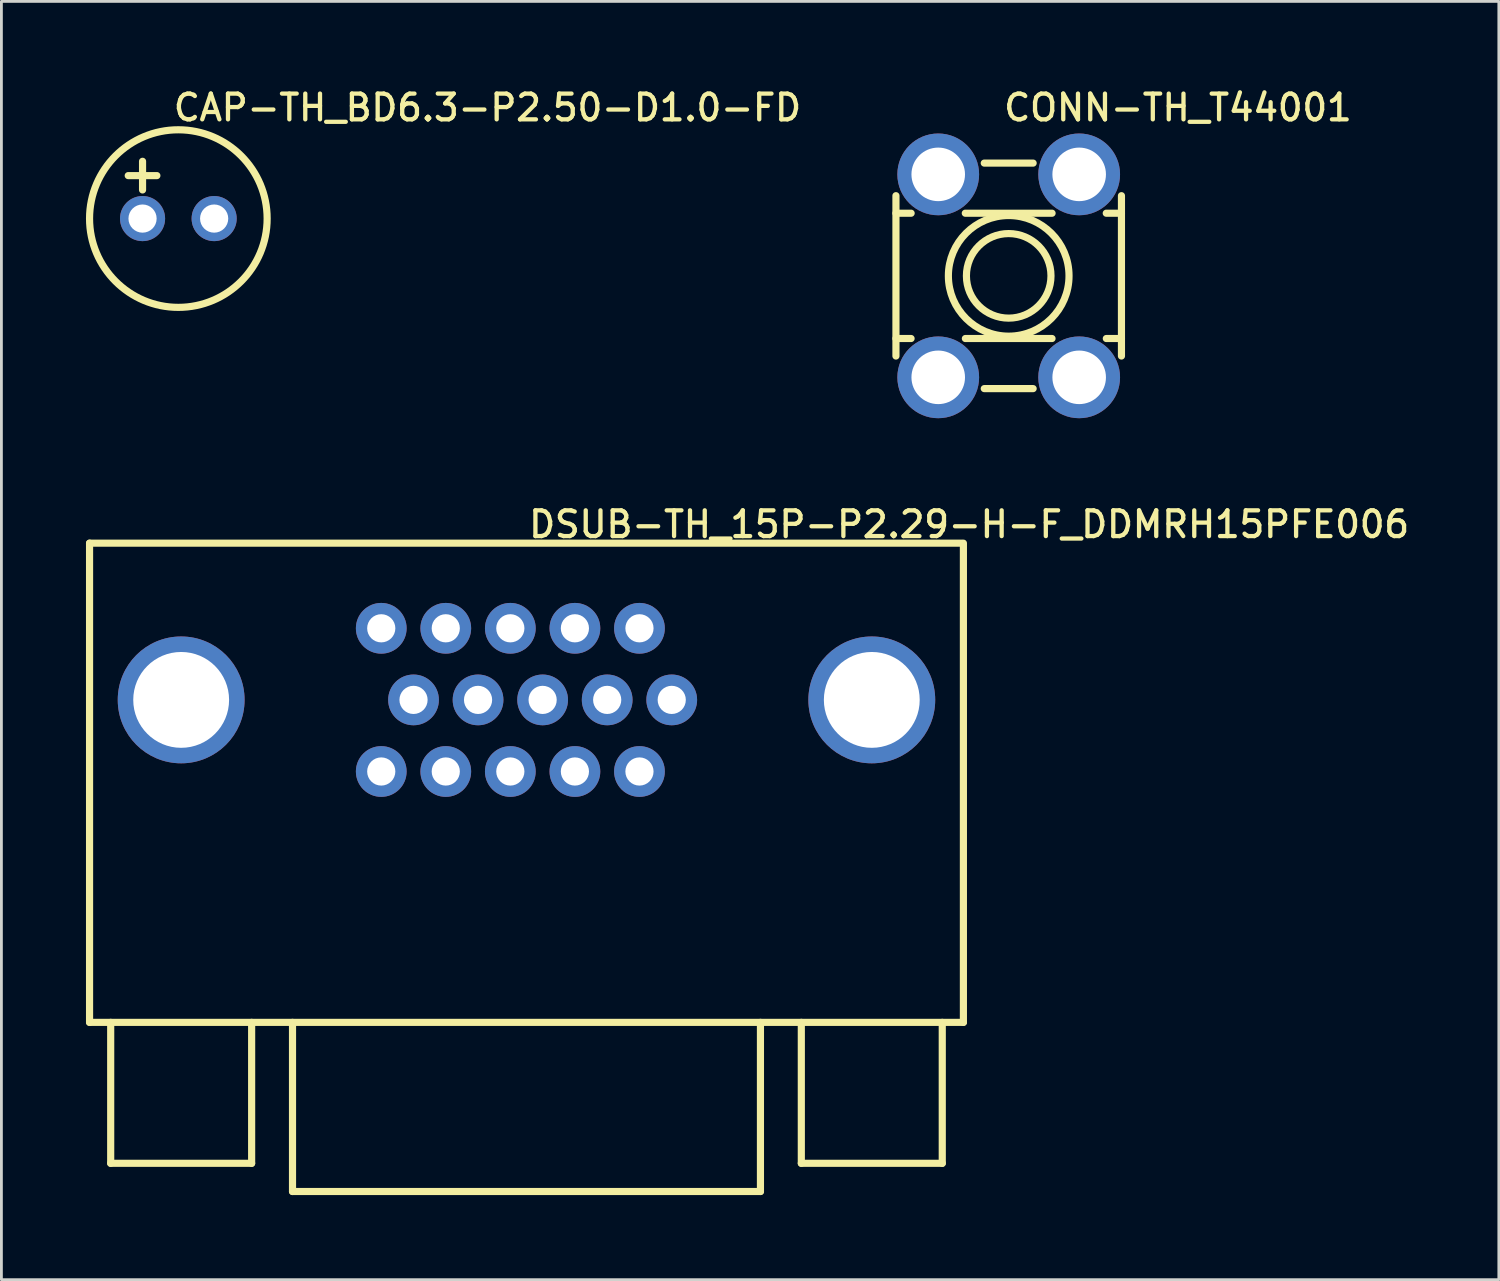
<source format=kicad_pcb>
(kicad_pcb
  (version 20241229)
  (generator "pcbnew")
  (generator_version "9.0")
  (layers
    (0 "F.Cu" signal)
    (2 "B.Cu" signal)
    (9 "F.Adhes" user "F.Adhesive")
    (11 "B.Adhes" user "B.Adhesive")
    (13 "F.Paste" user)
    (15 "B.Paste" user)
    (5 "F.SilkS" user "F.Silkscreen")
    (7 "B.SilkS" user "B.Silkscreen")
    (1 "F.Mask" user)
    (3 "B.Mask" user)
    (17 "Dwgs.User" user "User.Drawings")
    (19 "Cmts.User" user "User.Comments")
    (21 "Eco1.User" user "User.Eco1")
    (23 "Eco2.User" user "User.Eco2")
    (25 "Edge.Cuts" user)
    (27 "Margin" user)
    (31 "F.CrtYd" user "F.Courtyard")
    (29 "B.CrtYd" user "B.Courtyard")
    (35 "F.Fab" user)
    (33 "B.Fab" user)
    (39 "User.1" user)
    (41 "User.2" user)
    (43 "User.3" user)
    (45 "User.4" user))
  (footprint "CONN-TH_T44001"
    (layer "F.Cu")
    (at 32.734 6.736)
    (property "Reference" "CONN-TH_T44001" (at -0.254 -6.502 0) (layer "F.SilkS") (effects (font (size 0.914 0.914) (thickness 0.152)) (justify left top)))
    (fp_line (start -4 -2.222) (end -3.461 -2.222) (stroke (width 0.254) (type default)) (layer "F.SilkS"))
    (fp_line (start -4 2.223) (end -3.463 2.223) (stroke (width 0.254) (type default)) (layer "F.SilkS"))
    (fp_line (start -4 2.844) (end -4 -2.844) (stroke (width 0.254) (type default)) (layer "F.SilkS"))
    (fp_line (start -1.54 -2.222) (end 1.539 -2.222) (stroke (width 0.254) (type default)) (layer "F.SilkS"))
    (fp_line (start -1.537 2.223) (end 1.537 2.223) (stroke (width 0.254) (type default)) (layer "F.SilkS"))
    (fp_line (start -0.867 -4) (end 0.867 -4) (stroke (width 0.254) (type default)) (layer "F.SilkS"))
    (fp_line (start 0.867 4) (end -0.867 4) (stroke (width 0.254) (type default)) (layer "F.SilkS"))
    (fp_line (start 3.461 -2.222) (end 4 -2.222) (stroke (width 0.254) (type default)) (layer "F.SilkS"))
    (fp_line (start 3.463 2.223) (end 4 2.223) (stroke (width 0.254) (type default)) (layer "F.SilkS"))
    (fp_line (start 4 -2.844) (end 4 2.844) (stroke (width 0.254) (type default)) (layer "F.SilkS"))
    (fp_circle (center 0 0) (end 1.5 0) (stroke (width 0.254) (type default)) (fill no) (layer "F.SilkS"))
    (fp_circle (center 0 0) (end 2.14 0) (stroke (width 0.254) (type default)) (fill no) (layer "F.SilkS"))
    (fp_circle (center -2.5 -3.6) (end -2.075 -3.6) (stroke (width 0.85) (type default)) (fill no) (layer "User.4"))
    (fp_circle (center -2.5 3.6) (end -2.075 3.6) (stroke (width 0.85) (type default)) (fill no) (layer "User.4"))
    (fp_circle (center 2.5 -3.6) (end 2.925 -3.6) (stroke (width 0.85) (type default)) (fill no) (layer "User.4"))
    (fp_circle (center 2.5 3.6) (end 2.925 3.6) (stroke (width 0.85) (type default)) (fill no) (layer "User.4"))
    (fp_circle (center -4.127 -5.05) (end -4.097 -5.05) (stroke (width 0.06) (type default)) (fill no) (layer "User.5"))
    (pad "1" thru_hole oval (at -2.5 -3.6) (size 2.9 2.9) (drill 1.9) (layers "*.Cu" "*.Mask"))
    (pad "2" thru_hole oval (at -2.5 3.6) (size 2.9 2.9) (drill 1.9) (layers "*.Cu" "*.Mask"))
    (pad "3" thru_hole oval (at 2.5 3.6) (size 2.9 2.9) (drill 1.9) (layers "*.Cu" "*.Mask"))
    (pad "4" thru_hole oval (at 2.5 -3.6) (size 2.9 2.9) (drill 1.9) (layers "*.Cu" "*.Mask"))
    (zone (net_name "") (layer "User.3") (hatch edge 0.5) (priority 100) (connect_pads yes) (min_thickness 0) (filled_areas_thickness no) (fill yes) (polygon (pts (xy 28.607 1.686) (xy 36.861 1.686) (xy 36.861 11.786) (xy 28.607 11.786))) (filled_polygon (layer "User.3") (island) (pts (xy 28.607 1.686) (xy 36.861 1.686) (xy 36.861 11.786) (xy 28.607 11.786)))))
  (footprint "CAP-TH_BD6.3-P2.50-D1.0-FD"
    (layer "F.Cu")
    (at 3.277 4.704)
    (property "Reference" "CAP-TH_BD6.3-P2.50-D1.0-FD" (at -0.254 -4.47 0) (layer "F.SilkS") (effects (font (size 0.914 0.914) (thickness 0.152)) (justify left top)))
    (fp_line (start -1.778 -1.524) (end -0.762 -1.524) (stroke (width 0.254) (type default)) (layer "F.SilkS"))
    (fp_line (start -1.27 -2.032) (end -1.27 -1.016) (stroke (width 0.254) (type default)) (layer "F.SilkS"))
    (fp_circle (center 0 0) (end 3.15 0) (stroke (width 0.254) (type default)) (fill no) (layer "F.SilkS"))
    (fp_circle (center -1.27 0) (end -1.12 0) (stroke (width 0.3) (type default)) (fill no) (layer "User.4"))
    (fp_circle (center 1.27 0) (end 1.42 0) (stroke (width 0.3) (type default)) (fill no) (layer "User.4"))
    (fp_circle (center -3.15 3.15) (end -3.12 3.15) (stroke (width 0.06) (type default)) (fill no) (layer "User.5"))
    (pad "1" thru_hole oval (at -1.27 0) (size 1.6 1.6) (drill 1) (layers "*.Cu" "*.Mask"))
    (pad "2" thru_hole oval (at 1.27 0) (size 1.6 1.6) (drill 1) (layers "*.Cu" "*.Mask"))
    (zone (net_name "") (layer "F.SilkS") (hatch edge 0.5) (priority 100) (connect_pads yes) (min_thickness 0) (filled_areas_thickness no) (fill yes) (polygon (pts (arc (start 5.4356 2.417572) (mid 6.451616 4.703572) (end 5.4356 6.989572)))) (filled_polygon (layer "F.SilkS") (island) (pts (arc (start 5.4356 2.417572) (mid 6.451616 4.703572) (end 5.4356 6.989572)))))
    (zone (net_name "") (layer "Dwgs.User") (hatch edge 0.5) (priority 100) (connect_pads yes) (min_thickness 0) (filled_areas_thickness no) (fill yes) (polygon (pts (xy 1.277 3.004) (xy 2.777 3.004) (xy 2.777 3.304) (xy 1.277 3.304))) (filled_polygon (layer "Dwgs.User") (island) (pts (xy 1.277 3.004) (xy 2.777 3.004) (xy 2.777 3.304) (xy 1.277 3.304))))
    (zone (net_name "") (layer "Dwgs.User") (hatch edge 0.5) (priority 100) (connect_pads yes) (min_thickness 0) (filled_areas_thickness no) (fill yes) (polygon (pts (xy 1.896 3.952) (xy 1.896 2.452) (xy 2.196 2.452) (xy 2.196 3.952))) (filled_polygon (layer "Dwgs.User") (island) (pts (xy 1.896 3.952) (xy 1.896 2.452) (xy 2.196 2.452) (xy 2.196 3.952))))
    (zone (net_name "") (layer "User.3") (hatch edge 0.5) (priority 100) (connect_pads yes) (min_thickness 0) (filled_areas_thickness no) (fill yes) (polygon (pts (arc (start 0.1266 4.703572) (mid 3.2766 1.553572) (end 6.4266 4.703572)) (arc (start 6.4266 4.703572) (mid 3.2766 7.853572) (end 0.1266 4.703572)))) (filled_polygon (layer "User.3") (island) (pts (arc (start 0.1266 4.703572) (mid 3.2766 1.553572) (end 6.4266 4.703572)) (arc (start 6.4266 4.703572) (mid 3.2766 7.853572) (end 0.1266 4.703572))))))
  (footprint "DSUB-TH_15P-P2.29-H-F_DDMRH15PFE006"
    (layer "F.Cu")
    (at 15.627 21.779)
    (property "Reference" "DSUB-TH_15P-P2.29-H-F_DDMRH15PFE006" (at 0 -6.761 0) (layer "F.SilkS") (effects (font (size 0.914 0.914) (thickness 0.152)) (justify left top)))
    (fp_line (start -15.5 -5.56) (end 15.43 -5.56) (stroke (width 0.254) (type default)) (layer "F.SilkS"))
    (fp_line (start -15.5 11.44) (end -15.5 -5.56) (stroke (width 0.254) (type default)) (layer "F.SilkS"))
    (fp_line (start -15.5 11.44) (end 15.5 11.44) (stroke (width 0.254) (type default)) (layer "F.SilkS"))
    (fp_line (start -14.75 16.44) (end -14.75 11.44) (stroke (width 0.254) (type default)) (layer "F.SilkS"))
    (fp_line (start -14.75 16.44) (end -9.75 16.44) (stroke (width 0.254) (type default)) (layer "F.SilkS"))
    (fp_line (start -9.75 16.44) (end -9.75 11.44) (stroke (width 0.254) (type default)) (layer "F.SilkS"))
    (fp_line (start -8.3 17.44) (end -8.3 11.44) (stroke (width 0.254) (type default)) (layer "F.SilkS"))
    (fp_line (start -8.3 17.44) (end 8.3 17.44) (stroke (width 0.254) (type default)) (layer "F.SilkS"))
    (fp_line (start 8.3 17.44) (end 8.3 11.44) (stroke (width 0.254) (type default)) (layer "F.SilkS"))
    (fp_line (start 9.75 16.44) (end 9.75 11.44) (stroke (width 0.254) (type default)) (layer "F.SilkS"))
    (fp_line (start 14.75 16.44) (end 9.75 16.44) (stroke (width 0.254) (type default)) (layer "F.SilkS"))
    (fp_line (start 14.75 16.44) (end 14.75 11.44) (stroke (width 0.254) (type default)) (layer "F.SilkS"))
    (fp_line (start 15.5 11.44) (end 15.5 -5.56) (stroke (width 0.254) (type default)) (layer "F.SilkS"))
    (fp_circle (center -5.152 -2.54) (end -4.992 -2.54) (stroke (width 0.32) (type default)) (fill no) (layer "User.4"))
    (fp_circle (center -5.152 2.54) (end -4.992 2.54) (stroke (width 0.32) (type default)) (fill no) (layer "User.4"))
    (fp_circle (center -4.007 0) (end -3.847 0) (stroke (width 0.32) (type default)) (fill no) (layer "User.4"))
    (fp_circle (center -2.863 -2.54) (end -2.703 -2.54) (stroke (width 0.32) (type default)) (fill no) (layer "User.4"))
    (fp_circle (center -2.863 2.54) (end -2.703 2.54) (stroke (width 0.32) (type default)) (fill no) (layer "User.4"))
    (fp_circle (center -1.718 0) (end -1.558 0) (stroke (width 0.32) (type default)) (fill no) (layer "User.4"))
    (fp_circle (center -0.573 -2.54) (end -0.412 -2.54) (stroke (width 0.32) (type default)) (fill no) (layer "User.4"))
    (fp_circle (center -0.573 2.54) (end -0.412 2.54) (stroke (width 0.32) (type default)) (fill no) (layer "User.4"))
    (fp_circle (center 0.573 0) (end 0.733 0) (stroke (width 0.32) (type default)) (fill no) (layer "User.4"))
    (fp_circle (center 1.718 -2.54) (end 1.877 -2.54) (stroke (width 0.32) (type default)) (fill no) (layer "User.4"))
    (fp_circle (center 1.718 2.54) (end 1.877 2.54) (stroke (width 0.32) (type default)) (fill no) (layer "User.4"))
    (fp_circle (center 2.863 0) (end 3.023 0) (stroke (width 0.32) (type default)) (fill no) (layer "User.4"))
    (fp_circle (center 4.008 -2.54) (end 4.168 -2.54) (stroke (width 0.32) (type default)) (fill no) (layer "User.4"))
    (fp_circle (center 4.008 2.54) (end 4.168 2.54) (stroke (width 0.32) (type default)) (fill no) (layer "User.4"))
    (fp_circle (center 5.153 0) (end 5.313 0) (stroke (width 0.32) (type default)) (fill no) (layer "User.4"))
    (fp_circle (center 15.5 -5.25) (end 15.53 -5.25) (stroke (width 0.06) (type default)) (fill no) (layer "User.5"))
    (pad "1" thru_hole oval (at 4.008 -2.54) (size 1.8 1.8) (drill 1) (layers "*.Cu" "*.Mask"))
    (pad "2" thru_hole oval (at 1.718 -2.54) (size 1.8 1.8) (drill 1) (layers "*.Cu" "*.Mask"))
    (pad "3" thru_hole oval (at -0.573 -2.54) (size 1.8 1.8) (drill 1) (layers "*.Cu" "*.Mask"))
    (pad "4" thru_hole oval (at -2.863 -2.54) (size 1.8 1.8) (drill 1) (layers "*.Cu" "*.Mask"))
    (pad "5" thru_hole oval (at -5.152 -2.54) (size 1.8 1.8) (drill 1) (layers "*.Cu" "*.Mask"))
    (pad "6" thru_hole oval (at 5.153 0) (size 1.8 1.8) (drill 1) (layers "*.Cu" "*.Mask"))
    (pad "7" thru_hole oval (at 2.863 0) (size 1.8 1.8) (drill 1) (layers "*.Cu" "*.Mask"))
    (pad "8" thru_hole oval (at 0.573 0) (size 1.8 1.8) (drill 1) (layers "*.Cu" "*.Mask"))
    (pad "9" thru_hole oval (at -1.718 0) (size 1.8 1.8) (drill 1) (layers "*.Cu" "*.Mask"))
    (pad "10" thru_hole oval (at -4.007 0) (size 1.8 1.8) (drill 1) (layers "*.Cu" "*.Mask"))
    (pad "11" thru_hole oval (at 4.008 2.54) (size 1.8 1.8) (drill 1) (layers "*.Cu" "*.Mask"))
    (pad "12" thru_hole oval (at 1.718 2.54) (size 1.8 1.8) (drill 1) (layers "*.Cu" "*.Mask"))
    (pad "13" thru_hole oval (at -0.573 2.54) (size 1.8 1.8) (drill 1) (layers "*.Cu" "*.Mask"))
    (pad "14" thru_hole oval (at -2.863 2.54) (size 1.8 1.8) (drill 1) (layers "*.Cu" "*.Mask"))
    (pad "15" thru_hole oval (at -5.152 2.54) (size 1.8 1.8) (drill 1) (layers "*.Cu" "*.Mask"))
    (pad "16" thru_hole oval (at -12.25 0) (size 4.5 4.5) (drill 3.4) (layers "*.Cu" "*.Mask"))
    (pad "17" thru_hole oval (at 12.25 0) (size 4.5 4.5) (drill 3.4) (layers "*.Cu" "*.Mask"))
    (zone (net_name "") (layer "Dwgs.User") (hatch edge 0.5) (priority 100) (connect_pads yes) (min_thickness 0) (filled_areas_thickness no) (fill yes) (polygon (pts (xy 7.227 33.229) (xy 7.227 39.229) (xy 7.327 39.329) (xy 23.927 39.329) (xy 24.027 39.229) (xy 24.027 33.129) (xy 23.827 33.129) (xy 23.827 39.129) (xy 7.377 39.129) (xy 7.377 33.229))) (filled_polygon (layer "Dwgs.User") (island) (pts (xy 7.227 33.229) (xy 7.227 39.229) (xy 7.327 39.329) (xy 23.927 39.329) (xy 24.027 39.229) (xy 24.027 33.129) (xy 23.827 33.129) (xy 23.827 39.129) (xy 7.377 39.129) (xy 7.377 33.229))))
    (zone (net_name "") (layer "User.3") (hatch edge 0.5) (priority 100) (connect_pads yes) (min_thickness 0) (filled_areas_thickness no) (fill yes) (polygon (pts (xy 31.127 16.529) (xy 0.127 16.529) (xy 0.127 32.829) (xy 0.407 32.829) (xy 0.407 32.879) (xy 0.407 37.639) (xy 5.847 37.639) (xy 5.847 32.909) (xy 7.197 32.909) (xy 7.197 39.029) (xy 22.867 39.029) (xy 24.057 39.029) (xy 24.057 32.829) (xy 25.457 32.829) (xy 25.457 37.689) (xy 30.837 37.689) (xy 30.837 32.879) (xy 31.127 32.879) (xy 31.127 32.829))) (filled_polygon (layer "User.3") (island) (pts (xy 31.127 16.529) (xy 0.127 16.529) (xy 0.127 32.829) (xy 0.407 32.829) (xy 0.407 32.879) (xy 0.407 37.639) (xy 5.847 37.639) (xy 5.847 32.909) (xy 7.197 32.909) (xy 7.197 39.029) (xy 22.867 39.029) (xy 24.057 39.029) (xy 24.057 32.829) (xy 25.457 32.829) (xy 25.457 37.689) (xy 30.837 37.689) (xy 30.837 32.879) (xy 31.127 32.879) (xy 31.127 32.829))))
    (zone (net_name "") (layer "User.4") (hatch edge 0.5) (priority 100) (connect_pads yes) (min_thickness 0) (filled_areas_thickness no) (fill yes) (polygon (pts (xy 1.877 21.579) (xy 4.877 21.579) (xy 4.877 21.979) (xy 1.877 21.979))) (filled_polygon (layer "User.4") (island) (pts (xy 1.877 21.579) (xy 4.877 21.579) (xy 4.877 21.979) (xy 1.877 21.979))))
    (zone (net_name "") (layer "User.4") (hatch edge 0.5) (priority 100) (connect_pads yes) (min_thickness 0) (filled_areas_thickness no) (fill yes) (polygon (pts (xy 26.377 21.579) (xy 29.377 21.579) (xy 29.377 21.979) (xy 26.377 21.979))) (filled_polygon (layer "User.4") (island) (pts (xy 26.377 21.579) (xy 29.377 21.579) (xy 29.377 21.979) (xy 26.377 21.979)))))
  (gr_rect
    (start -3 -3)
    (end 50.122 42.346)
    (stroke (width 0.1) (type default))
    (fill no)
    (layer "Edge.Cuts")))
</source>
